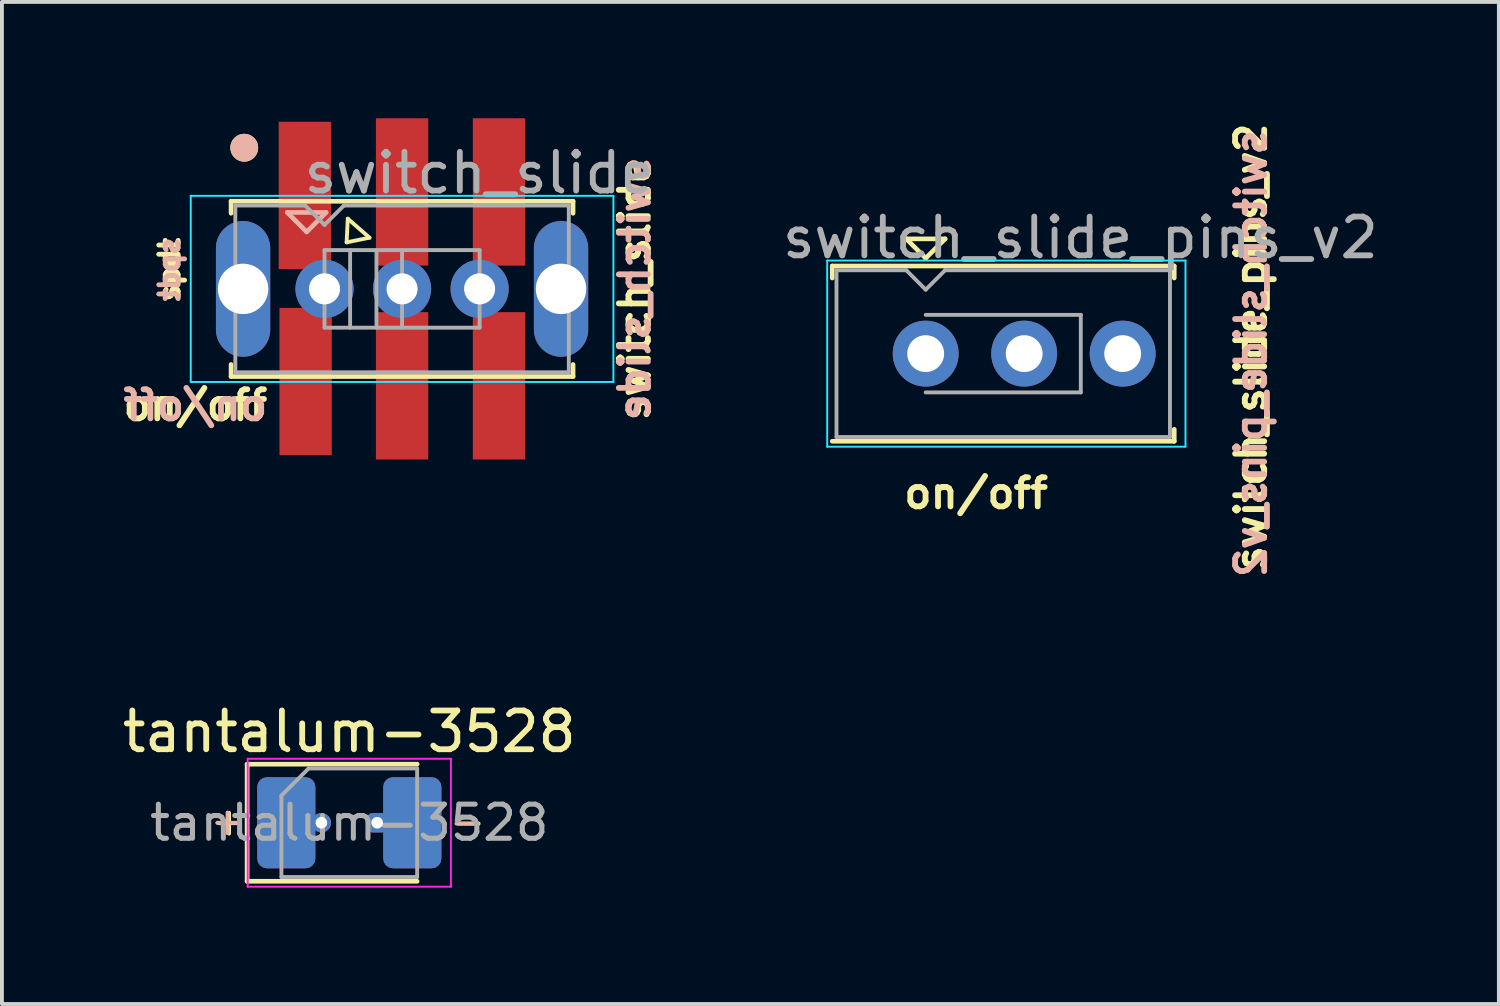
<source format=kicad_pcb>
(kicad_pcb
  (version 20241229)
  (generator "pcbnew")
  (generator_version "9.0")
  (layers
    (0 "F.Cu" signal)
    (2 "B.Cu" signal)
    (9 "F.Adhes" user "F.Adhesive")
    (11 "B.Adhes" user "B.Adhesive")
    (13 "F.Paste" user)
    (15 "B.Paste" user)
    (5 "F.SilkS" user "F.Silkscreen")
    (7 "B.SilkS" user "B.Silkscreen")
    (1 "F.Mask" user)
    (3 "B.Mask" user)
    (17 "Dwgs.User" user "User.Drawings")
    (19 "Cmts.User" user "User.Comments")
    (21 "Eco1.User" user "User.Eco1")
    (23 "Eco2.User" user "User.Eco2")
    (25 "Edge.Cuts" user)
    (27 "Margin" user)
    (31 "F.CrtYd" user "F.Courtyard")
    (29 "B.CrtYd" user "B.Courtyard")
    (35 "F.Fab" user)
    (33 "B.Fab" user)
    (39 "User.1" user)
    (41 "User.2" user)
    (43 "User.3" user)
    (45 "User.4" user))
  (footprint "switch_slide"
    (layer "F.Cu")
    (at 5.319 4.4)
    (property "Reference" "switch_slide" (at 8 0 90) (layer "F.SilkS") (effects (font (size 0.75 0.75) (thickness 0.15))))
    (attr smd)
    (fp_line (start -2.41 -2.26) (end 6.41 -2.26) (stroke (width 0.12) (type solid)) (layer "F.SilkS"))
    (fp_line (start -2.41 -1.95) (end -2.41 -2.26) (stroke (width 0.12) (type solid)) (layer "F.SilkS"))
    (fp_line (start -2.41 2.26) (end -2.41 1.95) (stroke (width 0.12) (type solid)) (layer "F.SilkS"))
    (fp_line (start 0.57 -1.2) (end 1.16 -1.32) (stroke (width 0.1) (type default)) (layer "F.SilkS"))
    (fp_line (start 0.6 -1.81) (end 0.57 -1.2) (stroke (width 0.1) (type default)) (layer "F.SilkS"))
    (fp_line (start 1.16 -1.32) (end 0.6 -1.81) (stroke (width 0.1) (type default)) (layer "F.SilkS"))
    (fp_line (start 6.41 -2.26) (end 6.41 -1.95) (stroke (width 0.12) (type solid)) (layer "F.SilkS"))
    (fp_line (start 6.41 2.26) (end -2.41 2.26) (stroke (width 0.12) (type solid)) (layer "F.SilkS"))
    (fp_line (start 6.41 2.26) (end 6.41 1.95) (stroke (width 0.12) (type solid)) (layer "F.SilkS"))
    (fp_circle (center -2.07 -3.64) (end -1.761 -3.64) (stroke (width 0.1) (type solid)) (fill yes) (layer "F.SilkS"))
    (fp_line (start -0.96 -1.97) (end 0.04 -1.97) (stroke (width 0.12) (type solid)) (layer "B.SilkS"))
    (fp_line (start -0.46 -1.47) (end -0.96 -1.97) (stroke (width 0.12) (type solid)) (layer "B.SilkS"))
    (fp_line (start 0.04 -1.97) (end -0.46 -1.47) (stroke (width 0.12) (type solid)) (layer "B.SilkS"))
    (fp_circle (center -2.07 -3.64) (end -2.379 -3.64) (stroke (width 0.1) (type solid)) (fill yes) (layer "B.SilkS"))
    (fp_line (start -3.45 -2.4) (end 7.45 -2.4) (stroke (width 0.05) (type solid)) (layer "B.CrtYd"))
    (fp_line (start -3.45 2.4) (end -3.45 -2.4) (stroke (width 0.05) (type solid)) (layer "B.CrtYd"))
    (fp_line (start 7.45 -2.4) (end 7.45 2.4) (stroke (width 0.05) (type solid)) (layer "B.CrtYd"))
    (fp_line (start 7.45 2.4) (end -3.45 2.4) (stroke (width 0.05) (type solid)) (layer "B.CrtYd"))
    (fp_line (start -2.3 -2.15) (end -0.5 -2.15) (stroke (width 0.1) (type solid)) (layer "F.Fab"))
    (fp_line (start -2.3 2.15) (end -2.3 -2.15) (stroke (width 0.1) (type solid)) (layer "F.Fab"))
    (fp_line (start -0.5 -2.15) (end 0 -1.65) (stroke (width 0.1) (type solid)) (layer "F.Fab"))
    (fp_line (start 0 -1.65) (end 0.5 -2.15) (stroke (width 0.1) (type solid)) (layer "F.Fab"))
    (fp_line (start 0 -1) (end 0 1) (stroke (width 0.1) (type solid)) (layer "F.Fab"))
    (fp_line (start 0 -1) (end 4 -1) (stroke (width 0.1) (type solid)) (layer "F.Fab"))
    (fp_line (start 0 1) (end 4 1) (stroke (width 0.1) (type solid)) (layer "F.Fab"))
    (fp_line (start 0.5 -2.15) (end 6.3 -2.15) (stroke (width 0.1) (type solid)) (layer "F.Fab"))
    (fp_line (start 0.66 -1) (end 0.66 1) (stroke (width 0.1) (type solid)) (layer "F.Fab"))
    (fp_line (start 1.34 -1) (end 1.34 1) (stroke (width 0.1) (type solid)) (layer "F.Fab"))
    (fp_line (start 2 -1) (end 2 1) (stroke (width 0.1) (type solid)) (layer "F.Fab"))
    (fp_line (start 4 -1) (end 4 1) (stroke (width 0.1) (type solid)) (layer "F.Fab"))
    (fp_line (start 6.3 -2.15) (end 6.3 2.15) (stroke (width 0.1) (type solid)) (layer "F.Fab"))
    (fp_line (start 6.3 2.15) (end -2.3 2.15) (stroke (width 0.1) (type solid)) (layer "F.Fab"))
    (fp_text user "spdt" (at -4 -0.5 90) (layer "F.SilkS") (effects (font (size 0.5 0.5) (thickness 0.125))))
    (fp_text user "on/off" (at -3.33 3 0) (unlocked yes) (layer "F.SilkS") (effects (font (size 0.75 0.75) (thickness 0.15))))
    (fp_text user "on/off" (at -3.33 3 0) (unlocked yes) (layer "B.SilkS") (effects (font (size 0.75 0.75) (thickness 0.15)) (justify mirror)))
    (fp_text user "spdt" (at -4 -0.5 90) (layer "B.SilkS") (effects (font (size 0.5 0.5) (thickness 0.125)) (justify mirror)))
    (fp_text user "${REFERENCE}" (at 8 0 90) (layer "B.SilkS") (effects (font (size 0.75 0.75) (thickness 0.15)) (justify mirror)))
    (fp_text user "${REFERENCE}" (at 3.99 -2.99 0) (layer "F.Fab") (effects (font (size 1 1) (thickness 0.15))))
    (pad "" thru_hole oval (at -2.1 0) (size 1.4 3.5) (drill 1.3) (layers "*.Cu" "*.Mask"))
    (pad "" thru_hole oval (at 6.1 0) (size 1.4 3.5) (drill 1.3) (layers "*.Cu" "*.Mask"))
    (pad "1" smd rect (at -0.507 -2.41) (size 1.35 3.8) (layers "F.Cu" "F.Mask" "F.Paste"))
    (pad "1" smd rect (at -0.487 2.39) (size 1.35 3.8) (layers "F.Cu" "F.Mask" "F.Paste"))
    (pad "1" thru_hole circle (at 0 0) (size 1.5 1.5) (drill 0.8) (layers "*.Cu" "*.Mask"))
    (pad "2" smd rect (at 2 -2.5) (size 1.35 3.8) (layers "F.Cu" "F.Mask" "F.Paste"))
    (pad "2" thru_hole circle (at 2 0) (size 1.5 1.5) (drill 0.8) (layers "*.Cu" "*.Mask"))
    (pad "2" smd rect (at 2 2.5) (size 1.35 3.8) (layers "F.Cu" "F.Mask" "F.Paste"))
    (pad "3" thru_hole circle (at 4 0) (size 1.5 1.5) (drill 0.8) (layers "*.Cu" "*.Mask"))
    (pad "3" smd rect (at 4.5 -2.5) (size 1.35 3.8) (layers "F.Cu" "F.Mask" "F.Paste"))
    (pad "3" smd rect (at 4.5 2.5) (size 1.35 3.8) (layers "F.Cu" "F.Mask" "F.Paste")))
  (footprint "switch_slide_pins_v2"
    (layer "F.Cu")
    (at 20.823 6.07)
    (property "Reference" "switch_slide_pins_v2" (at 8.39 -0.17 90) (layer "F.SilkS") (effects (font (size 0.75 0.75) (thickness 0.15))))
    (attr smd)
    (fp_line (start -2.41 -2.26) (end 6.41 -2.26) (stroke (width 0.12) (type solid)) (layer "F.SilkS"))
    (fp_line (start -2.41 -1.95) (end -2.41 -2.26) (stroke (width 0.12) (type solid)) (layer "F.SilkS"))
    (fp_line (start -0.5 -2.96) (end 0 -2.46) (stroke (width 0.12) (type solid)) (layer "F.SilkS"))
    (fp_line (start 0 -2.46) (end 0.5 -2.96) (stroke (width 0.12) (type solid)) (layer "F.SilkS"))
    (fp_line (start 0.5 -2.96) (end -0.5 -2.96) (stroke (width 0.12) (type solid)) (layer "F.SilkS"))
    (fp_line (start 6.41 -2.26) (end 6.41 -1.95) (stroke (width 0.12) (type solid)) (layer "F.SilkS"))
    (fp_line (start 6.41 2.26) (end -2.41 2.26) (stroke (width 0.12) (type solid)) (layer "F.SilkS"))
    (fp_line (start 6.41 2.26) (end 6.41 1.95) (stroke (width 0.12) (type solid)) (layer "F.SilkS"))
    (fp_line (start -2.54 -2.4) (end 6.7 -2.4) (stroke (width 0.05) (type solid)) (layer "B.CrtYd"))
    (fp_line (start -2.54 2.4) (end -2.54 -2.4) (stroke (width 0.05) (type solid)) (layer "B.CrtYd"))
    (fp_line (start 6.7 -2.4) (end 6.7 2.4) (stroke (width 0.05) (type solid)) (layer "B.CrtYd"))
    (fp_line (start 6.7 2.4) (end -2.54 2.4) (stroke (width 0.05) (type solid)) (layer "B.CrtYd"))
    (fp_line (start -2.3 -2.15) (end -0.5 -2.15) (stroke (width 0.1) (type solid)) (layer "F.Fab"))
    (fp_line (start -2.3 2.15) (end -2.3 -2.15) (stroke (width 0.1) (type solid)) (layer "F.Fab"))
    (fp_line (start -0.5 -2.15) (end 0 -1.65) (stroke (width 0.1) (type solid)) (layer "F.Fab"))
    (fp_line (start 0 -1.65) (end 0.5 -2.15) (stroke (width 0.1) (type solid)) (layer "F.Fab"))
    (fp_line (start 0 -1) (end 4 -1) (stroke (width 0.1) (type solid)) (layer "F.Fab"))
    (fp_line (start 0 1) (end 4 1) (stroke (width 0.1) (type solid)) (layer "F.Fab"))
    (fp_line (start 0.5 -2.15) (end 6.3 -2.15) (stroke (width 0.1) (type solid)) (layer "F.Fab"))
    (fp_line (start 4 -1) (end 4 1) (stroke (width 0.1) (type solid)) (layer "F.Fab"))
    (fp_line (start 6.3 -2.15) (end 6.3 2.15) (stroke (width 0.1) (type solid)) (layer "F.Fab"))
    (fp_line (start 6.3 2.15) (end -2.3 2.15) (stroke (width 0.1) (type solid)) (layer "F.Fab"))
    (fp_text user "on/off" (at 1.3 3.6 0) (unlocked yes) (layer "F.SilkS") (effects (font (size 0.75 0.75) (thickness 0.15))))
    (fp_text user "${REFERENCE}" (at 8.39 0 90) (layer "B.SilkS") (effects (font (size 0.75 0.75) (thickness 0.15)) (justify mirror)))
    (fp_text user "${REFERENCE}" (at 3.99 -2.99 0) (layer "F.Fab") (effects (font (size 1 1) (thickness 0.15))))
    (pad "1" thru_hole circle (at 0 0 180) (size 1.7 1.7) (drill 0.95) (layers "*.Cu" "*.Mask"))
    (pad "2" thru_hole circle (at 2.54 0 180) (size 1.7 1.7) (drill 0.95) (layers "*.Cu" "*.Mask"))
    (pad "3" thru_hole circle (at 5.08 0 180) (size 1.7 1.7) (drill 0.95) (layers "*.Cu" "*.Mask")))
  (footprint "tantalum-3528"
    (layer "F.Cu")
    (at 5.958 18.168)
    (property "Reference" "tantalum-3528" (at 0 -2.35 0) (layer "F.SilkS") (effects (font (size 1 1) (thickness 0.15))))
    (attr smd)
    (fp_line (start -2.635 -1.51) (end -2.635 1.51) (stroke (width 0.12) (type solid)) (layer "F.SilkS"))
    (fp_line (start -2.635 1.51) (end 1.75 1.51) (stroke (width 0.12) (type solid)) (layer "F.SilkS"))
    (fp_line (start 1.75 -1.51) (end -2.635 -1.51) (stroke (width 0.12) (type solid)) (layer "F.SilkS"))
    (fp_line (start -2.62 -1.65) (end 2.62 -1.65) (stroke (width 0.05) (type solid)) (layer "F.CrtYd"))
    (fp_line (start -2.62 1.65) (end -2.62 -1.65) (stroke (width 0.05) (type solid)) (layer "F.CrtYd"))
    (fp_line (start 2.62 -1.65) (end 2.62 1.65) (stroke (width 0.05) (type solid)) (layer "F.CrtYd"))
    (fp_line (start 2.62 1.65) (end -2.62 1.65) (stroke (width 0.05) (type solid)) (layer "F.CrtYd"))
    (fp_line (start -1.75 -0.7) (end -1.75 1.4) (stroke (width 0.1) (type solid)) (layer "F.Fab"))
    (fp_line (start -1.75 1.4) (end 1.75 1.4) (stroke (width 0.1) (type solid)) (layer "F.Fab"))
    (fp_line (start -1.05 -1.4) (end -1.75 -0.7) (stroke (width 0.1) (type solid)) (layer "F.Fab"))
    (fp_line (start 1.75 -1.4) (end -1.05 -1.4) (stroke (width 0.1) (type solid)) (layer "F.Fab"))
    (fp_line (start 1.75 1.4) (end 1.75 -1.4) (stroke (width 0.1) (type solid)) (layer "F.Fab"))
    (fp_text user "-" (at 2.57 0.38 0) (unlocked yes) (layer "F.SilkS") (effects (font (size 0.7 0.7) (thickness 0.1)) (justify left bottom)))
    (fp_text user "+" (at -3.6 0.37 0) (unlocked yes) (layer "F.SilkS") (effects (font (size 0.7 0.7) (thickness 0.1)) (justify left bottom)))
    (fp_text user "+" (at -2.64 0.36 0) (unlocked yes) (layer "B.SilkS") (effects (font (size 0.7 0.7) (thickness 0.1)) (justify left bottom mirror)))
    (fp_text user "-" (at 3.53 0.38 0) (unlocked yes) (layer "B.SilkS") (effects (font (size 0.7 0.7) (thickness 0.1)) (justify left bottom mirror)))
    (fp_text user "${REFERENCE}" (at 0 0 0) (layer "F.Fab") (effects (font (size 0.88 0.88) (thickness 0.13))))
    (pad "1" smd roundrect (at -1.625 0) (size 1.5 2.35) (layers "F.Cu" "F.Mask" "F.Paste") (roundrect_rratio 0.167))
    (pad "1" smd roundrect (at -1.625 0) (size 1.5 2.35) (layers "B.Cu" "B.Mask" "B.Paste") (roundrect_rratio 0.167))
    (pad "1" thru_hole circle (at -0.72 0) (size 0.5 0.5) (drill 0.3) (layers "*.Cu" "*.Mask"))
    (pad "2" thru_hole roundrect (at 0.72 0) (size 0.5 0.5) (drill 0.3) (layers "*.Cu" "*.Mask") (roundrect_rratio 0.25))
    (pad "2" smd roundrect (at 1.625 0) (size 1.5 2.35) (layers "F.Cu" "F.Mask" "F.Paste") (roundrect_rratio 0.167))
    (pad "2" smd roundrect (at 1.625 0) (size 1.5 2.35) (layers "B.Cu" "B.Mask" "B.Paste") (roundrect_rratio 0.167)))
  (gr_rect
    (start -3 -3)
    (end 35.605 22.843)
    (stroke (width 0.1) (type default))
    (fill no)
    (layer "Edge.Cuts")))
</source>
